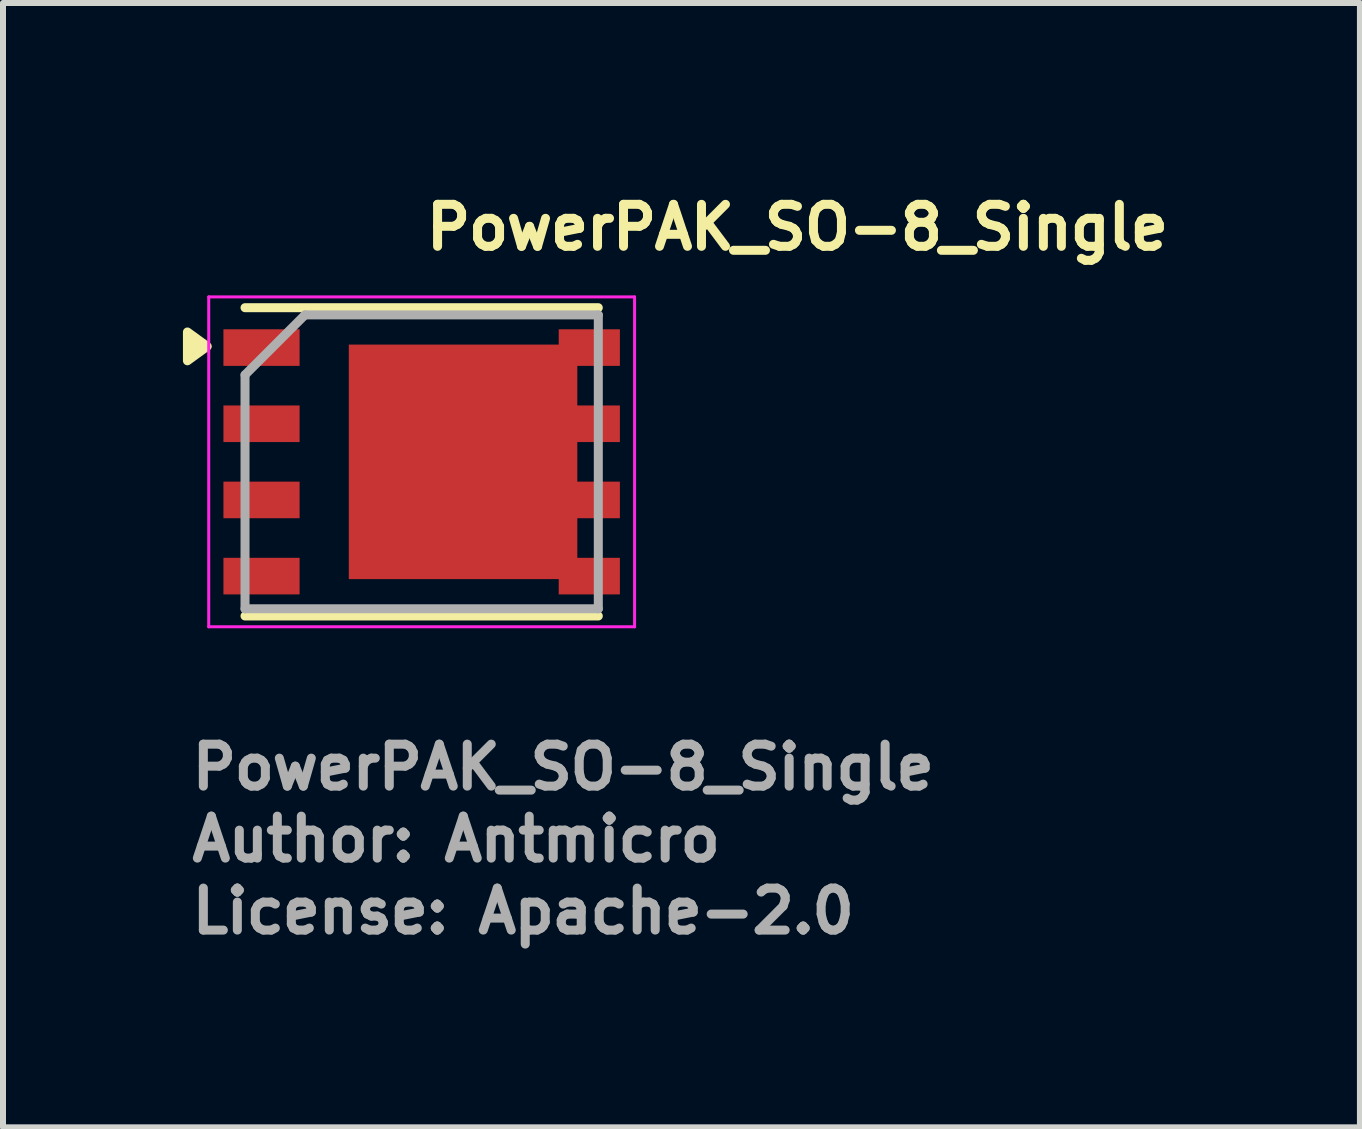
<source format=kicad_pcb>
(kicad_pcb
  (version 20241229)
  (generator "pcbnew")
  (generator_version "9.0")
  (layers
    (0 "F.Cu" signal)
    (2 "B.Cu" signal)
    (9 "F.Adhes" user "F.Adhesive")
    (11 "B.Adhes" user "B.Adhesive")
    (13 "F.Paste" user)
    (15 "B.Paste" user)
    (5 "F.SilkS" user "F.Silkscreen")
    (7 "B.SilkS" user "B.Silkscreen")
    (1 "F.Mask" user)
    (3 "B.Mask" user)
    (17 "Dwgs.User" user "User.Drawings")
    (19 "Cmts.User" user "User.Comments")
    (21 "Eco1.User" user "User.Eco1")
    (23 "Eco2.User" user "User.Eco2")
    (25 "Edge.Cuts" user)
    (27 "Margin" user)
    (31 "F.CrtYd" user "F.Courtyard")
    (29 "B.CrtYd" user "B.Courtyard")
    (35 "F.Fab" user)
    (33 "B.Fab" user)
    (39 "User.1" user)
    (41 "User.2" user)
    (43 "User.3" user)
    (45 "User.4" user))
  (footprint "PowerPAK_SO-8_Single"
    (layer "F.Cu")
    (at 3.98 4.65)
    (property "Reference" "PowerPAK_SO-8_Single" (at 0 -3.5 0) (layer "F.SilkS") (effects (font (size 0.7 0.7) (thickness 0.15)) (justify left bottom)))
    (attr smd)
    (fp_line (start -2.945 -2.57) (end 2.945 -2.57) (stroke (width 0.15) (type solid)) (layer "F.SilkS"))
    (fp_line (start -2.945 2.57) (end 2.945 2.57) (stroke (width 0.15) (type solid)) (layer "F.SilkS"))
    (fp_circle (center -3.85 -1.905) (end -3.8 -1.905) (stroke (width 0.15) (type solid)) (fill yes) (layer "F.SilkS"))
    (fp_poly (pts (xy -3.575 -1.925) (xy -3.905 -2.165) (xy -3.905 -1.685) (xy -3.575 -1.925)) (stroke (width 0.15) (type solid)) (fill yes) (layer "F.SilkS"))
    (fp_line (start -3.55 -2.75) (end -3.55 2.75) (stroke (width 0.05) (type solid)) (layer "F.CrtYd"))
    (fp_line (start -3.55 -2.75) (end 3.55 -2.75) (stroke (width 0.05) (type solid)) (layer "F.CrtYd"))
    (fp_line (start -3.55 2.75) (end 3.55 2.75) (stroke (width 0.05) (type solid)) (layer "F.CrtYd"))
    (fp_line (start 3.55 -2.75) (end 3.55 2.75) (stroke (width 0.05) (type solid)) (layer "F.CrtYd"))
    (fp_line (start -2.945 2.45) (end -2.945 -1.45) (stroke (width 0.15) (type solid)) (layer "F.Fab"))
    (fp_line (start -1.945 -2.45) (end -2.945 -1.45) (stroke (width 0.15) (type solid)) (layer "F.Fab"))
    (fp_line (start -1.945 -2.45) (end 2.945 -2.45) (stroke (width 0.15) (type solid)) (layer "F.Fab"))
    (fp_line (start 2.945 -2.45) (end 2.945 2.45) (stroke (width 0.15) (type solid)) (layer "F.Fab"))
    (fp_line (start 2.945 2.45) (end -2.945 2.45) (stroke (width 0.15) (type solid)) (layer "F.Fab"))
    (fp_rect (start -3.075 -2.575) (end 3.075 2.575) (stroke (width 0.1) (type solid)) (fill no) (layer "User.5"))
    (fp_line (start -3.075 -2.085) (end -2.945 -2.085) (stroke (width 0.02) (type solid)) (layer "User.9"))
    (fp_line (start -3.075 -1.675) (end -3.075 -2.085) (stroke (width 0.02) (type solid)) (layer "User.9"))
    (fp_line (start -3.075 -0.832) (end -2.945 -0.832) (stroke (width 0.02) (type solid)) (layer "User.9"))
    (fp_line (start -3.075 -0.422) (end -3.075 -0.832) (stroke (width 0.02) (type solid)) (layer "User.9"))
    (fp_line (start -3.075 0.422) (end -2.945 0.422) (stroke (width 0.02) (type solid)) (layer "User.9"))
    (fp_line (start -3.075 0.832) (end -3.075 0.422) (stroke (width 0.02) (type solid)) (layer "User.9"))
    (fp_line (start -3.075 1.675) (end -2.945 1.675) (stroke (width 0.02) (type solid)) (layer "User.9"))
    (fp_line (start -3.075 2.085) (end -3.075 1.675) (stroke (width 0.02) (type solid)) (layer "User.9"))
    (fp_line (start -2.945 -2.45) (end -2.945 2.45) (stroke (width 0.02) (type solid)) (layer "User.9"))
    (fp_line (start -2.945 -2.45) (end 2.945 -2.45) (stroke (width 0.02) (type solid)) (layer "User.9"))
    (fp_line (start -2.945 -1.675) (end -3.075 -1.675) (stroke (width 0.02) (type solid)) (layer "User.9"))
    (fp_line (start -2.945 -0.422) (end -3.075 -0.422) (stroke (width 0.02) (type solid)) (layer "User.9"))
    (fp_line (start -2.945 0.832) (end -3.075 0.832) (stroke (width 0.02) (type solid)) (layer "User.9"))
    (fp_line (start -2.945 2.085) (end -3.075 2.085) (stroke (width 0.02) (type solid)) (layer "User.9"))
    (fp_line (start -2.945 2.45) (end -2.783 2.288) (stroke (width 0.02) (type solid)) (layer "User.9"))
    (fp_line (start -2.945 2.45) (end 2.945 2.45) (stroke (width 0.02) (type solid)) (layer "User.9"))
    (fp_line (start -2.783 -2.288) (end -2.945 -2.45) (stroke (width 0.02) (type solid)) (layer "User.9"))
    (fp_line (start -2.783 -2.288) (end -2.783 2.288) (stroke (width 0.02) (type solid)) (layer "User.9"))
    (fp_line (start -2.783 -2.288) (end 2.783 -2.288) (stroke (width 0.02) (type solid)) (layer "User.9"))
    (fp_line (start -2.783 2.288) (end 2.783 2.288) (stroke (width 0.02) (type solid)) (layer "User.9"))
    (fp_line (start -1.12 -2.45) (end -0.995 -2.575) (stroke (width 0.02) (type solid)) (layer "User.9"))
    (fp_line (start -0.995 -2.575) (end -0.645 -2.575) (stroke (width 0.02) (type solid)) (layer "User.9"))
    (fp_line (start -0.995 2.575) (end -1.12 2.45) (stroke (width 0.02) (type solid)) (layer "User.9"))
    (fp_line (start -0.645 -2.575) (end -0.52 -2.45) (stroke (width 0.02) (type solid)) (layer "User.9"))
    (fp_line (start -0.645 2.575) (end -0.995 2.575) (stroke (width 0.02) (type solid)) (layer "User.9"))
    (fp_line (start -0.645 2.575) (end -0.52 2.45) (stroke (width 0.02) (type solid)) (layer "User.9"))
    (fp_line (start 2.783 -2.288) (end 2.783 2.288) (stroke (width 0.02) (type solid)) (layer "User.9"))
    (fp_line (start 2.783 2.288) (end 2.945 2.45) (stroke (width 0.02) (type solid)) (layer "User.9"))
    (fp_line (start 2.945 -2.45) (end 2.783 -2.288) (stroke (width 0.02) (type solid)) (layer "User.9"))
    (fp_line (start 2.945 -2.45) (end 2.945 2.45) (stroke (width 0.02) (type solid)) (layer "User.9"))
    (fp_line (start 2.945 -2.085) (end 3.075 -2.085) (stroke (width 0.02) (type solid)) (layer "User.9"))
    (fp_line (start 2.945 -0.832) (end 3.075 -0.832) (stroke (width 0.02) (type solid)) (layer "User.9"))
    (fp_line (start 2.945 0.422) (end 3.075 0.422) (stroke (width 0.02) (type solid)) (layer "User.9"))
    (fp_line (start 2.945 1.675) (end 3.075 1.675) (stroke (width 0.02) (type solid)) (layer "User.9"))
    (fp_line (start 3.075 -2.085) (end 3.075 -1.675) (stroke (width 0.02) (type solid)) (layer "User.9"))
    (fp_line (start 3.075 -1.675) (end 2.945 -1.675) (stroke (width 0.02) (type solid)) (layer "User.9"))
    (fp_line (start 3.075 -0.832) (end 3.075 -0.422) (stroke (width 0.02) (type solid)) (layer "User.9"))
    (fp_line (start 3.075 -0.422) (end 2.945 -0.422) (stroke (width 0.02) (type solid)) (layer "User.9"))
    (fp_line (start 3.075 0.422) (end 3.075 0.832) (stroke (width 0.02) (type solid)) (layer "User.9"))
    (fp_line (start 3.075 0.832) (end 2.945 0.832) (stroke (width 0.02) (type solid)) (layer "User.9"))
    (fp_line (start 3.075 1.675) (end 3.075 2.085) (stroke (width 0.02) (type solid)) (layer "User.9"))
    (fp_line (start 3.075 2.085) (end 2.945 2.085) (stroke (width 0.02) (type solid)) (layer "User.9"))
    (fp_text user "${REFERENCE}" (at -3.905 5.5 0) (layer "F.Fab") (effects (font (size 0.7 0.7) (thickness 0.15)) (justify left bottom)))
    (fp_text user "License: Apache-2.0" (at -3.905 7.9 0) (layer "F.Fab") (effects (font (size 0.7 0.7) (thickness 0.15)) (justify left bottom)))
    (fp_text user "Author: Antmicro" (at -3.905 6.7 0) (layer "F.Fab") (effects (font (size 0.7 0.7) (thickness 0.15)) (justify left bottom)))
    (pad "1" smd rect (at -2.67 -1.905) (size 1.27 0.61) (layers "F.Cu" "F.Mask" "F.Paste"))
    (pad "2" smd rect (at -2.67 -0.635) (size 1.27 0.61) (layers "F.Cu" "F.Mask" "F.Paste"))
    (pad "3" smd rect (at -2.67 0.635) (size 1.27 0.61) (layers "F.Cu" "F.Mask" "F.Paste"))
    (pad "4" smd rect (at -2.67 1.905) (size 1.27 0.61) (layers "F.Cu" "F.Mask" "F.Paste"))
    (pad "5" smd rect (at 0.69 0) (size 3.81 3.91) (layers "F.Cu" "F.Mask" "F.Paste"))
    (pad "5" smd rect (at 2.795 -1.905) (size 1.02 0.61) (layers "F.Cu" "F.Mask" "F.Paste"))
    (pad "5" smd rect (at 2.795 -0.635) (size 1.02 0.61) (layers "F.Cu" "F.Mask" "F.Paste"))
    (pad "5" smd rect (at 2.795 0.635) (size 1.02 0.61) (layers "F.Cu" "F.Mask" "F.Paste"))
    (pad "5" smd rect (at 2.795 1.905) (size 1.02 0.61) (layers "F.Cu" "F.Mask" "F.Paste")))
  (gr_rect
    (start -3 -3)
    (end 19.623 15.745)
    (stroke (width 0.1) (type default))
    (fill no)
    (layer "Edge.Cuts")))
</source>
